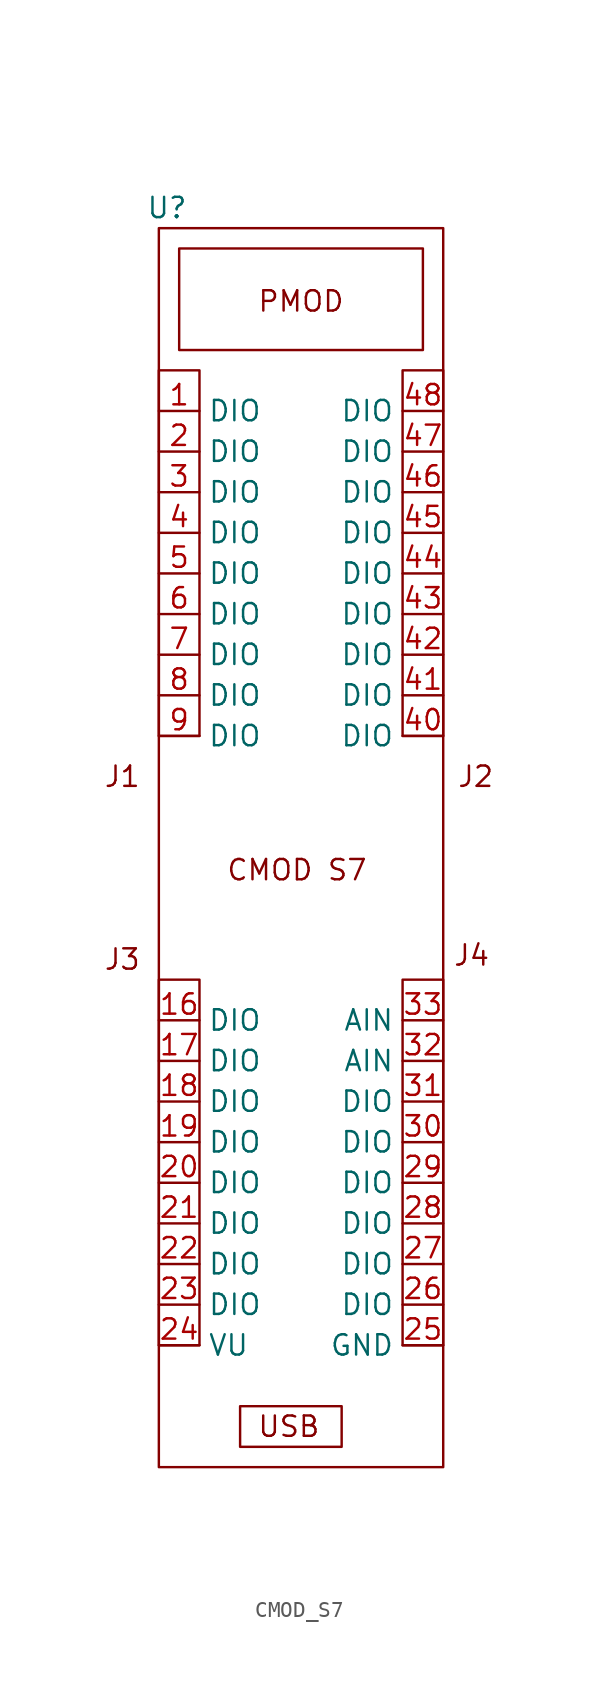
<source format=kicad_sym>
(kicad_symbol_lib
  (version 20231120)
  (generator "kicad_symbol_editor")
  (generator_version "8.0")
  (symbol "CMOD_S7"
    (property "Reference" "U"
      (at -8.382 40.64 0)
      (effects (font (size 1.27 1.27))))
    (property "Value" ""
      (at 8.89 39.37 90)
      (effects (font (size 1.27 1.27))))
    (symbol "CMOD_S7_0_1"
      (rectangle (start 8.89 39.37) (end -8.89 -38.1) (stroke (width 0) (type default)) (fill (type none))))
    (symbol "CMOD_S7_1_1"
      (rectangle (start -8.89 30.48) (end -6.35 7.62) (stroke (width 0) (type default)) (fill (type none)))
      (rectangle (start -6.35 -7.62) (end -8.89 -30.48) (stroke (width 0) (type default)) (fill (type none)))
      (rectangle (start 2.54 -34.29) (end -3.81 -36.83) (stroke (width 0) (type default)) (fill (type none)))
      (rectangle (start 6.35 -7.62) (end 8.89 -30.48) (stroke (width 0) (type default)) (fill (type none)))
      (rectangle (start 7.62 38.1) (end -7.62 31.75) (stroke (width 0) (type default)) (fill (type none)))
      (rectangle (start 8.89 30.48) (end 6.35 7.62) (stroke (width 0) (type default)) (fill (type none)))
      (text "CMOD S7" (at -0.254 -0.762 0) (effects (font (size 1.27 1.27))))
      (text "J1" (at -11.176 5.08 0) (effects (font (size 1.27 1.27))))
      (text "J2\n" (at 10.922 5.08 0) (effects (font (size 1.27 1.27))))
      (text "J3" (at -11.176 -6.35 0) (effects (font (size 1.27 1.27))))
      (text "J4" (at 10.668 -6.096 0) (effects (font (size 1.27 1.27))))
      (text "PMOD" (at 0 34.798 0) (effects (font (size 1.27 1.27))))
      (text "USB" (at -0.762 -35.56 0) (effects (font (size 1.27 1.27))))
      (pin bidirectional line (at -8.89 27.94 0) (length 2.54) (name "DIO" (effects (font (size 1.27 1.27)))) (number "1" (effects (font (size 1.27 1.27)))))
      (pin bidirectional line (at -8.89 -10.16 0) (length 2.54) (name "DIO" (effects (font (size 1.27 1.27)))) (number "16" (effects (font (size 1.27 1.27)))))
      (pin bidirectional line (at -8.89 -12.7 0) (length 2.54) (name "DIO" (effects (font (size 1.27 1.27)))) (number "17" (effects (font (size 1.27 1.27)))))
      (pin bidirectional line (at -8.89 -15.24 0) (length 2.54) (name "DIO" (effects (font (size 1.27 1.27)))) (number "18" (effects (font (size 1.27 1.27)))))
      (pin bidirectional line (at -8.89 -17.78 0) (length 2.54) (name "DIO" (effects (font (size 1.27 1.27)))) (number "19" (effects (font (size 1.27 1.27)))))
      (pin bidirectional line (at -8.89 25.4 0) (length 2.54) (name "DIO" (effects (font (size 1.27 1.27)))) (number "2" (effects (font (size 1.27 1.27)))))
      (pin bidirectional line (at -8.89 -20.32 0) (length 2.54) (name "DIO" (effects (font (size 1.27 1.27)))) (number "20" (effects (font (size 1.27 1.27)))))
      (pin bidirectional line (at -8.89 -22.86 0) (length 2.54) (name "DIO" (effects (font (size 1.27 1.27)))) (number "21" (effects (font (size 1.27 1.27)))))
      (pin bidirectional line (at -8.89 -25.4 0) (length 2.54) (name "DIO" (effects (font (size 1.27 1.27)))) (number "22" (effects (font (size 1.27 1.27)))))
      (pin bidirectional line (at -8.89 -27.94 0) (length 2.54) (name "DIO" (effects (font (size 1.27 1.27)))) (number "23" (effects (font (size 1.27 1.27)))))
      (pin power_in line (at -8.89 -30.48 0) (length 2.54) (name "VU" (effects (font (size 1.27 1.27)))) (number "24" (effects (font (size 1.27 1.27)))))
      (pin power_in line (at 8.89 -30.48 180) (length 2.54) (name "GND" (effects (font (size 1.27 1.27)))) (number "25" (effects (font (size 1.27 1.27)))))
      (pin bidirectional line (at 8.89 -27.94 180) (length 2.54) (name "DIO" (effects (font (size 1.27 1.27)))) (number "26" (effects (font (size 1.27 1.27)))))
      (pin bidirectional line (at 8.89 -25.4 180) (length 2.54) (name "DIO" (effects (font (size 1.27 1.27)))) (number "27" (effects (font (size 1.27 1.27)))))
      (pin bidirectional line (at 8.89 -22.86 180) (length 2.54) (name "DIO" (effects (font (size 1.27 1.27)))) (number "28" (effects (font (size 1.27 1.27)))))
      (pin bidirectional line (at 8.89 -20.32 180) (length 2.54) (name "DIO" (effects (font (size 1.27 1.27)))) (number "29" (effects (font (size 1.27 1.27)))))
      (pin bidirectional line (at -8.89 22.86 0) (length 2.54) (name "DIO" (effects (font (size 1.27 1.27)))) (number "3" (effects (font (size 1.27 1.27)))))
      (pin bidirectional line (at 8.89 -17.78 180) (length 2.54) (name "DIO" (effects (font (size 1.27 1.27)))) (number "30" (effects (font (size 1.27 1.27)))))
      (pin bidirectional line (at 8.89 -15.24 180) (length 2.54) (name "DIO" (effects (font (size 1.27 1.27)))) (number "31" (effects (font (size 1.27 1.27)))))
      (pin input line (at 8.89 -12.7 180) (length 2.54) (name "AIN" (effects (font (size 1.27 1.27)))) (number "32" (effects (font (size 1.27 1.27)))))
      (pin input line (at 8.89 -10.16 180) (length 2.54) (name "AIN" (effects (font (size 1.27 1.27)))) (number "33" (effects (font (size 1.27 1.27)))))
      (pin bidirectional line (at -8.89 20.32 0) (length 2.54) (name "DIO" (effects (font (size 1.27 1.27)))) (number "4" (effects (font (size 1.27 1.27)))))
      (pin bidirectional line (at 8.89 7.62 180) (length 2.54) (name "DIO" (effects (font (size 1.27 1.27)))) (number "40" (effects (font (size 1.27 1.27)))))
      (pin bidirectional line (at 8.89 10.16 180) (length 2.54) (name "DIO" (effects (font (size 1.27 1.27)))) (number "41" (effects (font (size 1.27 1.27)))))
      (pin bidirectional line (at 8.89 12.7 180) (length 2.54) (name "DIO" (effects (font (size 1.27 1.27)))) (number "42" (effects (font (size 1.27 1.27)))))
      (pin bidirectional line (at 8.89 15.24 180) (length 2.54) (name "DIO" (effects (font (size 1.27 1.27)))) (number "43" (effects (font (size 1.27 1.27)))))
      (pin bidirectional line (at 8.89 17.78 180) (length 2.54) (name "DIO" (effects (font (size 1.27 1.27)))) (number "44" (effects (font (size 1.27 1.27)))))
      (pin bidirectional line (at 8.89 20.32 180) (length 2.54) (name "DIO" (effects (font (size 1.27 1.27)))) (number "45" (effects (font (size 1.27 1.27)))))
      (pin bidirectional line (at 8.89 22.86 180) (length 2.54) (name "DIO" (effects (font (size 1.27 1.27)))) (number "46" (effects (font (size 1.27 1.27)))))
      (pin bidirectional line (at 8.89 25.4 180) (length 2.54) (name "DIO" (effects (font (size 1.27 1.27)))) (number "47" (effects (font (size 1.27 1.27)))))
      (pin bidirectional line (at 8.89 27.94 180) (length 2.54) (name "DIO" (effects (font (size 1.27 1.27)))) (number "48" (effects (font (size 1.27 1.27)))))
      (pin bidirectional line (at -8.89 17.78 0) (length 2.54) (name "DIO" (effects (font (size 1.27 1.27)))) (number "5" (effects (font (size 1.27 1.27)))))
      (pin bidirectional line (at -8.89 15.24 0) (length 2.54) (name "DIO" (effects (font (size 1.27 1.27)))) (number "6" (effects (font (size 1.27 1.27)))))
      (pin bidirectional line (at -8.89 12.7 0) (length 2.54) (name "DIO" (effects (font (size 1.27 1.27)))) (number "7" (effects (font (size 1.27 1.27)))))
      (pin bidirectional line (at -8.89 10.16 0) (length 2.54) (name "DIO" (effects (font (size 1.27 1.27)))) (number "8" (effects (font (size 1.27 1.27)))))
      (pin bidirectional line (at -8.89 7.62 0) (length 2.54) (name "DIO" (effects (font (size 1.27 1.27)))) (number "9" (effects (font (size 1.27 1.27))))))))
</source>
